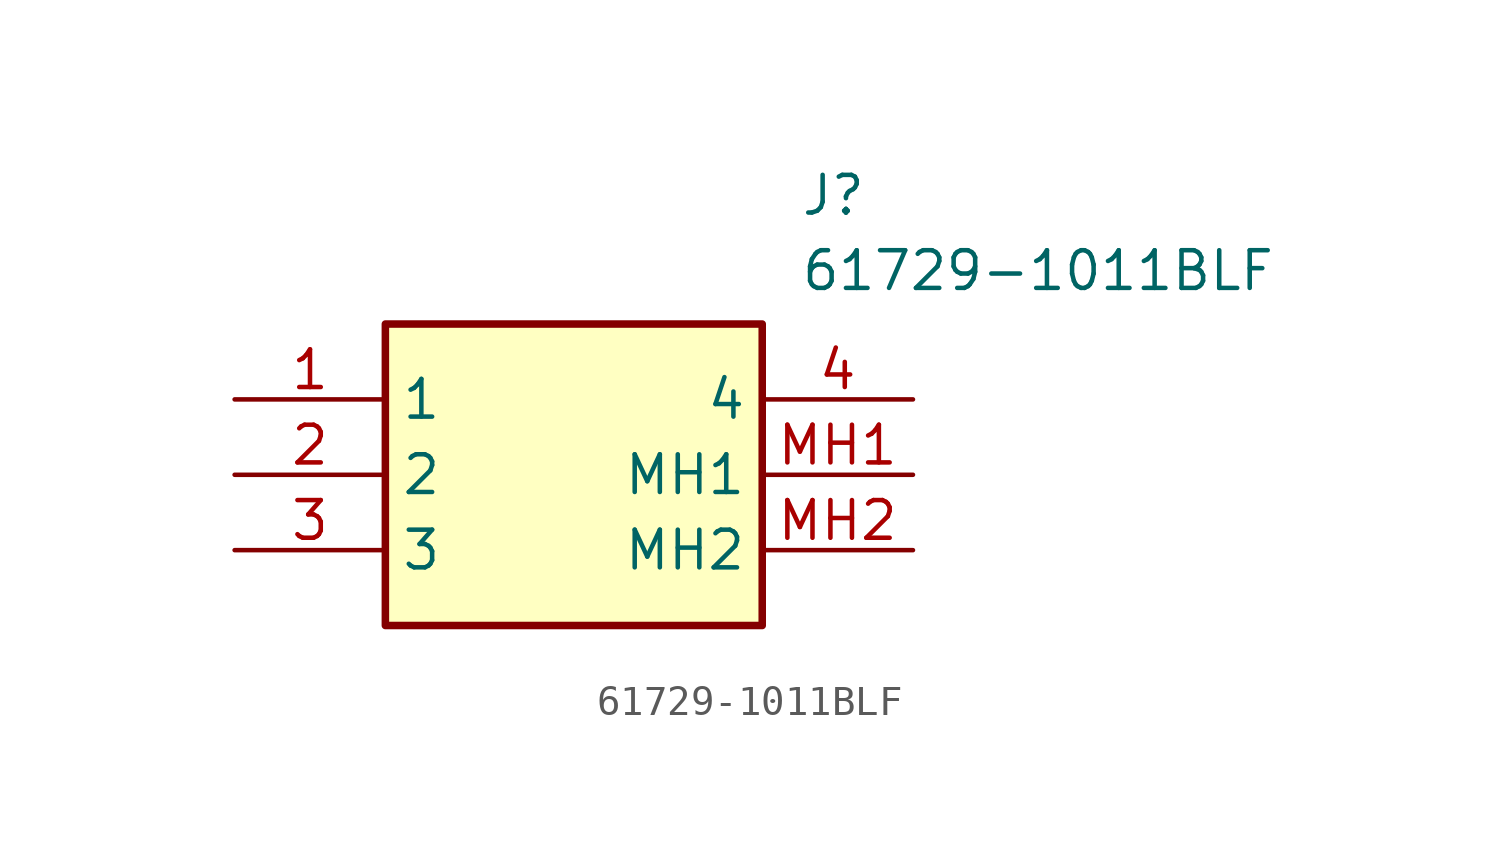
<source format=kicad_sym>
(kicad_symbol_lib
  (version 20211014)
  (generator SamacSys_ECAD_Model)
  (symbol "61729-1011BLF"
    (property "Reference" "J"
      (at 19.05 7.62 0)
      (effects (font (size 1.27 1.27)) (justify left top)))
    (property "Value" "61729-1011BLF"
      (at 19.05 5.08 0)
      (effects (font (size 1.27 1.27)) (justify left top)))
    (rectangle
      (start 5.08 2.54)
      (end 17.78 -7.62)
      (stroke (width 0.254) (type default))
      (fill (type background)))
    (pin passive line
      (at 0 0 0)
      (length 5.08)
      (name "1" (effects (font (size 1.27 1.27))))
      (number "1" (effects (font (size 1.27 1.27)))))
    (pin passive line
      (at 0 -2.54 0)
      (length 5.08)
      (name "2" (effects (font (size 1.27 1.27))))
      (number "2" (effects (font (size 1.27 1.27)))))
    (pin passive line
      (at 0 -5.08 0)
      (length 5.08)
      (name "3" (effects (font (size 1.27 1.27))))
      (number "3" (effects (font (size 1.27 1.27)))))
    (pin passive line
      (at 22.86 0 180)
      (length 5.08)
      (name "4" (effects (font (size 1.27 1.27))))
      (number "4" (effects (font (size 1.27 1.27)))))
    (pin passive line
      (at 22.86 -2.54 180)
      (length 5.08)
      (name "MH1" (effects (font (size 1.27 1.27))))
      (number "MH1" (effects (font (size 1.27 1.27)))))
    (pin passive line
      (at 22.86 -5.08 180)
      (length 5.08)
      (name "MH2" (effects (font (size 1.27 1.27))))
      (number "MH2" (effects (font (size 1.27 1.27)))))))
</source>
